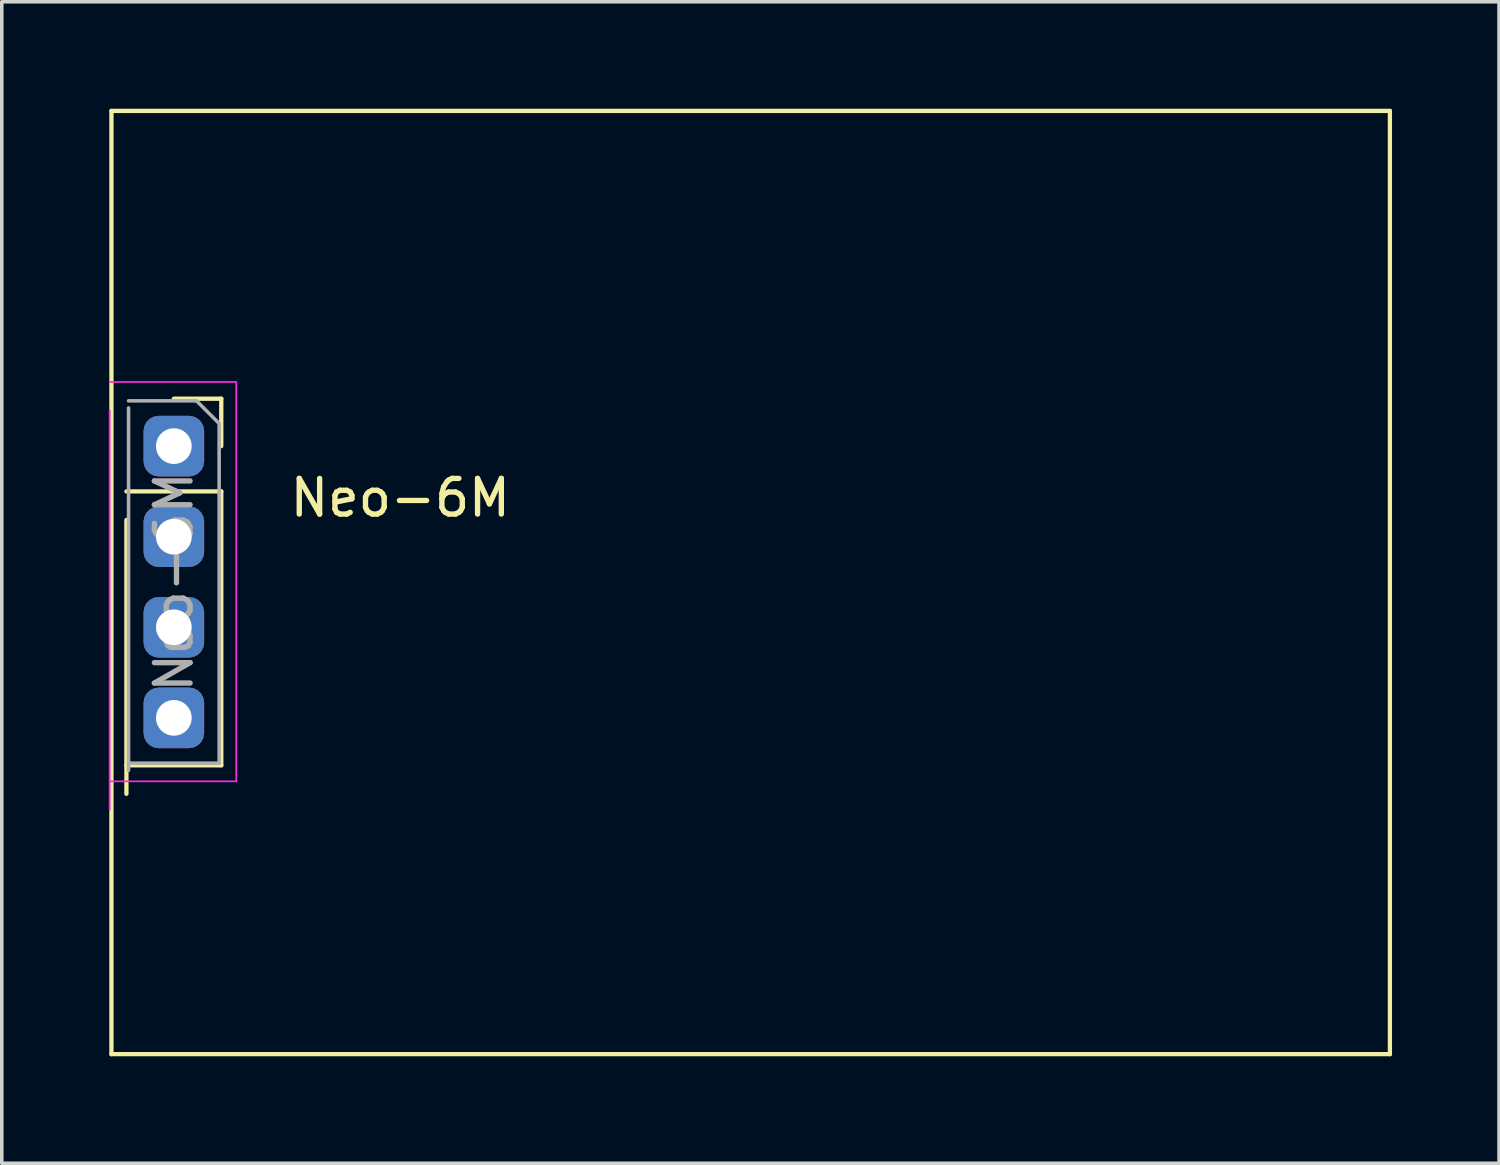
<source format=kicad_pcb>
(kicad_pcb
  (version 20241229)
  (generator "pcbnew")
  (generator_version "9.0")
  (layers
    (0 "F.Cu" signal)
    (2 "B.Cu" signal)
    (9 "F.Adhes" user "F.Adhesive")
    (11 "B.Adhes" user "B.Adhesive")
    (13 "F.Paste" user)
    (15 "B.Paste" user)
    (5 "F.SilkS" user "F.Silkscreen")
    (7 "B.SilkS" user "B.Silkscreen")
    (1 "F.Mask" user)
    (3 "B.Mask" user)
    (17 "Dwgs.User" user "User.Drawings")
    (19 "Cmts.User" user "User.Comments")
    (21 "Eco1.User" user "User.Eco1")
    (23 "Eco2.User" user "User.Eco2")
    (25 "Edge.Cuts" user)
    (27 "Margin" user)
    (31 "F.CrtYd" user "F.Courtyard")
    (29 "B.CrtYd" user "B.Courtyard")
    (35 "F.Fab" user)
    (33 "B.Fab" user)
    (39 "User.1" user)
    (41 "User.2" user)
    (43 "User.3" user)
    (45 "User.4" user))
  (footprint "Neo-6M"
    (layer "F.Cu")
    (at 1.825 10.26)
    (property "Reference" "Neo-6M" (at 6.35 0.65 0) (layer "F.SilkS") (effects (font (size 1 1) (thickness 0.15))))
    (attr through_hole)
    (fp_line (start -1.75 -10.2) (end -1.75 16.25) (stroke (width 0.12) (type solid)) (layer "F.SilkS"))
    (fp_line (start -1.75 -10.2) (end 34.1 -10.2) (stroke (width 0.12) (type solid)) (layer "F.SilkS"))
    (fp_line (start -1.33 0.47) (end 1.33 0.47) (stroke (width 0.12) (type solid)) (layer "F.SilkS"))
    (fp_line (start -1.33 1.27) (end -1.33 8.95) (stroke (width 0.12) (type solid)) (layer "F.SilkS"))
    (fp_line (start -1.33 8.15) (end 1.33 8.15) (stroke (width 0.12) (type solid)) (layer "F.SilkS"))
    (fp_line (start 0 -2.13) (end 1.33 -2.13) (stroke (width 0.12) (type solid)) (layer "F.SilkS"))
    (fp_line (start 1.33 -2.13) (end 1.33 -0.8) (stroke (width 0.12) (type solid)) (layer "F.SilkS"))
    (fp_line (start 1.33 0.47) (end 1.33 8.15) (stroke (width 0.12) (type solid)) (layer "F.SilkS"))
    (fp_line (start 34.1 -10.2) (end 34.1 16.25) (stroke (width 0.12) (type solid)) (layer "F.SilkS"))
    (fp_line (start 34.1 16.25) (end -1.75 16.25) (stroke (width 0.12) (type solid)) (layer "F.SilkS"))
    (fp_line (start -1.8 -2.6) (end 1.75 -2.6) (stroke (width 0.05) (type solid)) (layer "F.CrtYd"))
    (fp_line (start -1.8 9.4) (end -1.8 -1.8) (stroke (width 0.05) (type solid)) (layer "F.CrtYd"))
    (fp_line (start 1.75 -2.6) (end 1.75 8.6) (stroke (width 0.05) (type solid)) (layer "F.CrtYd"))
    (fp_line (start 1.75 8.6) (end -1.8 8.6) (stroke (width 0.05) (type solid)) (layer "F.CrtYd"))
    (fp_line (start -1.27 -2.07) (end 0.635 -2.07) (stroke (width 0.1) (type solid)) (layer "F.Fab"))
    (fp_line (start -1.27 8.29) (end -1.27 -1.87) (stroke (width 0.1) (type solid)) (layer "F.Fab"))
    (fp_line (start 0.635 -2.07) (end 1.27 -1.435) (stroke (width 0.1) (type solid)) (layer "F.Fab"))
    (fp_line (start 1.27 -1.435) (end 1.27 8.09) (stroke (width 0.1) (type solid)) (layer "F.Fab"))
    (fp_line (start 1.27 8.09) (end -1.27 8.09) (stroke (width 0.1) (type solid)) (layer "F.Fab"))
    (fp_text user "${REFERENCE}" (at 0 3.01 90) (layer "F.Fab") (effects (font (size 1 1) (thickness 0.15))))
    (pad "1" thru_hole roundrect (at 0 -0.8) (size 1.7 1.7) (drill 1) (layers "*.Cu" "*.Mask") (roundrect_rratio 0.25))
    (pad "2" thru_hole roundrect (at 0 1.74) (size 1.7 1.7) (drill 1) (layers "*.Cu" "*.Mask") (roundrect_rratio 0.25))
    (pad "3" thru_hole roundrect (at 0 4.28) (size 1.7 1.7) (drill 1) (layers "*.Cu" "*.Mask") (roundrect_rratio 0.25))
    (pad "4" thru_hole roundrect (at 0 6.82) (size 1.7 1.7) (drill 1) (layers "*.Cu" "*.Mask") (roundrect_rratio 0.25)))
  (gr_rect
    (start -3 -3)
    (end 38.985 29.57)
    (stroke (width 0.1) (type default))
    (fill no)
    (layer "Edge.Cuts")))
</source>
